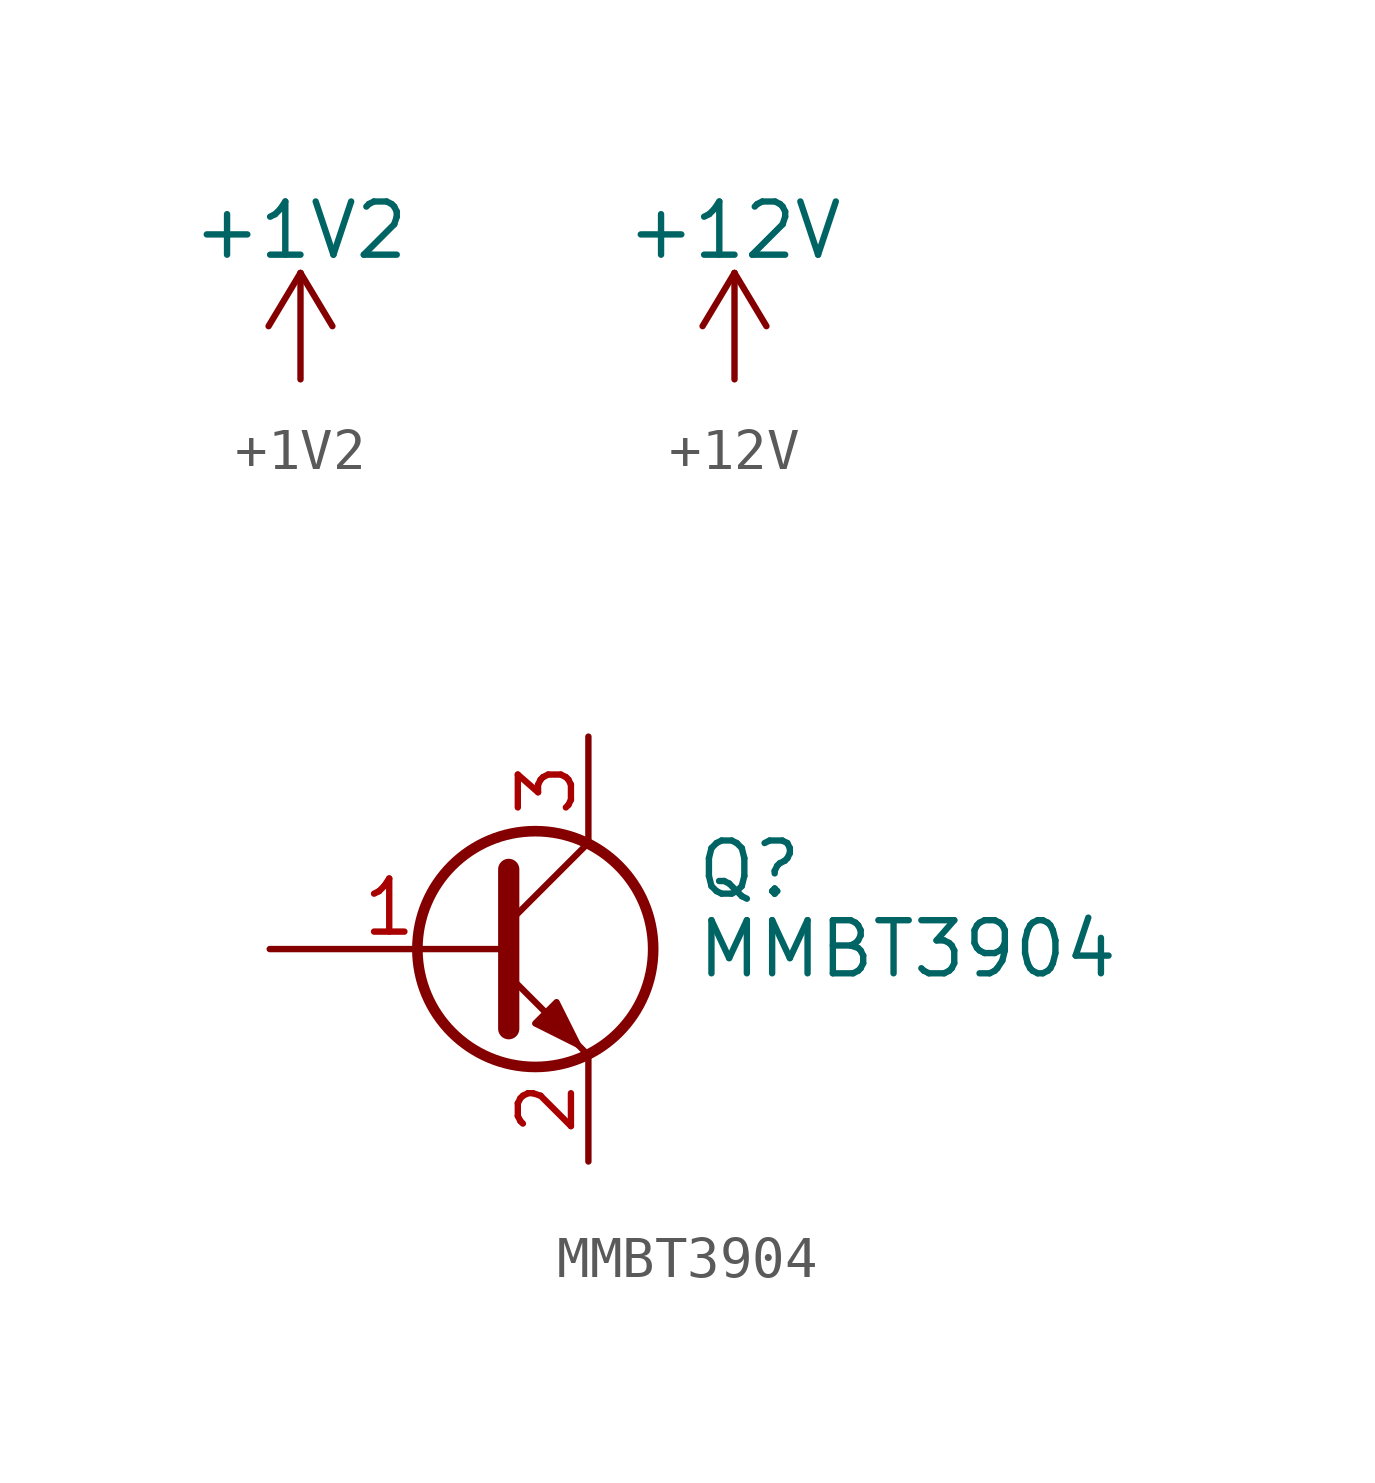
<source format=kicad_sym>
(kicad_symbol_lib
  (version 20231120)
  (generator "kicad_symbol_editor")
  (generator_version "8.0")
  (symbol "+1V2"
    (power)
    (pin_names
      (offset 0))
    (property "Reference" "#PWR"
      (at 0 -3.81 0)
      (effects (font (size 1.27 1.27)) (hide yes)))
    (property "Value" "+1V2"
      (at 0 3.556 0)
      (effects (font (size 1.27 1.27))))
    (symbol "+1V2_0_1"
      (polyline (pts (xy -0.762 1.27) (xy 0 2.54)) (stroke (width 0) (type default)) (fill (type none)))
      (polyline (pts (xy 0 0) (xy 0 2.54)) (stroke (width 0) (type default)) (fill (type none)))
      (polyline (pts (xy 0 2.54) (xy 0.762 1.27)) (stroke (width 0) (type default)) (fill (type none))))
    (symbol "+1V2_1_1"
      (pin power_in line (at 0 0 90) (length 0) hide (name "+3V3" (effects (font (size 1.27 1.27)))) (number "1" (effects (font (size 1.27 1.27)))))))
  (symbol "+12V"
    (power)
    (pin_names
      (offset 0))
    (property "Reference" "#PWR"
      (at 0 -3.81 0)
      (effects (font (size 1.27 1.27)) (hide yes)))
    (property "Value" "+12V"
      (at 0 3.556 0)
      (effects (font (size 1.27 1.27))))
    (symbol "+12V_0_1"
      (polyline (pts (xy -0.762 1.27) (xy 0 2.54)) (stroke (width 0) (type default)) (fill (type none)))
      (polyline (pts (xy 0 0) (xy 0 2.54)) (stroke (width 0) (type default)) (fill (type none)))
      (polyline (pts (xy 0 2.54) (xy 0.762 1.27)) (stroke (width 0) (type default)) (fill (type none))))
    (symbol "+12V_1_1"
      (pin power_in line (at 0 0 90) (length 0) hide (name "+12V" (effects (font (size 1.27 1.27)))) (number "1" (effects (font (size 1.27 1.27)))))))
  (symbol "MMBT3904"
    (pin_names
      (offset 0) hide)
    (property "Reference" "Q"
      (at 5.08 1.905 0)
      (effects (font (size 1.27 1.27)) (justify left)))
    (property "Value" "MMBT3904"
      (at 5.08 0 0)
      (effects (font (size 1.27 1.27)) (justify left)))
    (symbol "MMBT3904_0_1"
      (polyline (pts (xy 0.635 0.635) (xy 2.54 2.54)) (stroke (width 0) (type default)) (fill (type none)))
      (polyline (pts (xy 0.635 -0.635) (xy 2.54 -2.54) (xy 2.54 -2.54)) (stroke (width 0) (type default)) (fill (type none)))
      (polyline (pts (xy 0.635 1.905) (xy 0.635 -1.905) (xy 0.635 -1.905)) (stroke (width 0.508) (type default)) (fill (type none)))
      (polyline (pts (xy 1.27 -1.778) (xy 1.778 -1.27) (xy 2.286 -2.286) (xy 1.27 -1.778) (xy 1.27 -1.778)) (stroke (width 0) (type default)) (fill (type outline)))
      (circle (center 1.27 0) (radius 2.819) (stroke (width 0.254) (type default)) (fill (type none))))
    (symbol "MMBT3904_1_1"
      (pin input line (at -5.08 0 0) (length 5.715) (name "B" (effects (font (size 1.27 1.27)))) (number "1" (effects (font (size 1.27 1.27)))))
      (pin passive line (at 2.54 -5.08 90) (length 2.54) (name "E" (effects (font (size 1.27 1.27)))) (number "2" (effects (font (size 1.27 1.27)))))
      (pin passive line (at 2.54 5.08 270) (length 2.54) (name "C" (effects (font (size 1.27 1.27)))) (number "3" (effects (font (size 1.27 1.27))))))))
</source>
